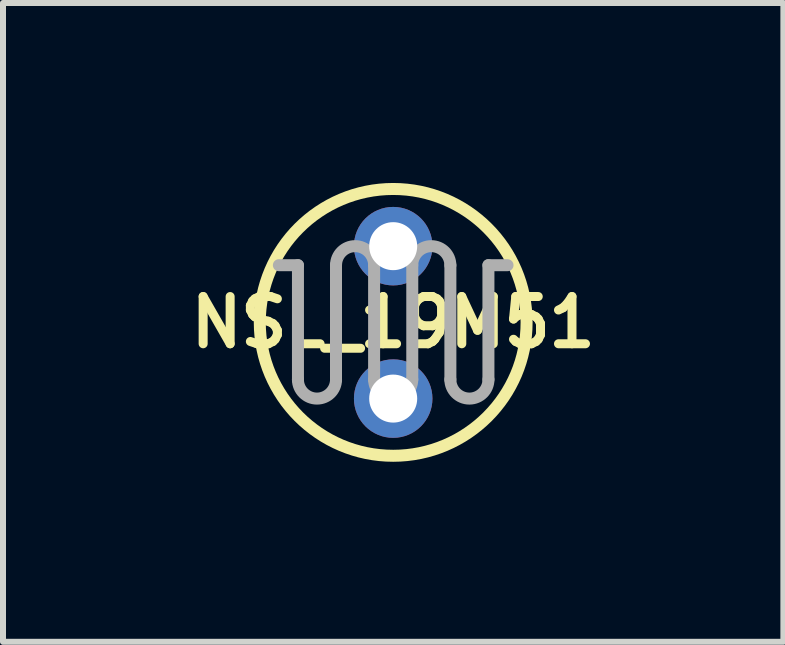
<source format=kicad_pcb>
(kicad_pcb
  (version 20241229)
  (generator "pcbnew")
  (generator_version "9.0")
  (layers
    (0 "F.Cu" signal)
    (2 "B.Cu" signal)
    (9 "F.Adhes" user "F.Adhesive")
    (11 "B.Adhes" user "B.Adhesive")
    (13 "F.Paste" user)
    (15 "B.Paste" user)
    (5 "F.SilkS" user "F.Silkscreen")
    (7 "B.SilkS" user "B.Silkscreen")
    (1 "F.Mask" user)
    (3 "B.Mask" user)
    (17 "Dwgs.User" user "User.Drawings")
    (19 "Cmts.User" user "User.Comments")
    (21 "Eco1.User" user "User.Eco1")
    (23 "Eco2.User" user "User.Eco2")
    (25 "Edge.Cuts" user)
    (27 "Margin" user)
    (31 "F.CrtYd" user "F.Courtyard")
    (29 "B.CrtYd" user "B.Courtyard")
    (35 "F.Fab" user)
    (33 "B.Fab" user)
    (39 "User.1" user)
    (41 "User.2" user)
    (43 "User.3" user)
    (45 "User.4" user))
  (footprint "NSL_19M51"
    (layer "F.Cu")
    (at 3.502 2.322)
    (property "Reference" "NSL_19M51" (at 0 0 0) (layer "F.SilkS") (effects (font (size 0.787 0.787) (thickness 0.15))))
    (attr through_hole)
    (fp_circle (center 0 0) (end 2.223 0) (stroke (width 0.2) (type solid)) (fill no) (layer "F.SilkS"))
    (fp_line (start -1.905 -0.953) (end -1.587 -0.953) (stroke (width 0.2) (type solid)) (layer "F.Fab"))
    (fp_line (start -1.587 -0.953) (end -1.587 0.953) (stroke (width 0.2) (type solid)) (layer "F.Fab"))
    (fp_line (start -0.953 -0.953) (end -0.953 0.953) (stroke (width 0.2) (type solid)) (layer "F.Fab"))
    (fp_line (start -0.318 -0.953) (end -0.318 0.953) (stroke (width 0.2) (type solid)) (layer "F.Fab"))
    (fp_line (start 0.318 -0.953) (end 0.318 0.953) (stroke (width 0.2) (type solid)) (layer "F.Fab"))
    (fp_line (start 0.953 -0.953) (end 0.953 0.953) (stroke (width 0.2) (type solid)) (layer "F.Fab"))
    (fp_line (start 1.587 -0.953) (end 1.587 0.953) (stroke (width 0.2) (type solid)) (layer "F.Fab"))
    (fp_line (start 1.587 -0.953) (end 1.905 -0.953) (stroke (width 0.2) (type solid)) (layer "F.Fab"))
    (fp_arc (start -0.9525 -0.9525) (mid -0.635 -1.27) (end -0.3175 -0.9525) (stroke (width 0.2) (type solid)) (layer "F.Fab"))
    (fp_arc (start -0.9525 0.9525) (mid -1.27 1.27) (end -1.5875 0.9525) (stroke (width 0.2) (type solid)) (layer "F.Fab"))
    (fp_arc (start 0.3175 -0.9525) (mid 0.635 -1.27) (end 0.9525 -0.9525) (stroke (width 0.2) (type solid)) (layer "F.Fab"))
    (fp_arc (start 0.3175 0.9525) (mid 0 1.27) (end -0.3175 0.9525) (stroke (width 0.2) (type solid)) (layer "F.Fab"))
    (fp_arc (start 1.5875 0.9525) (mid 1.27 1.27) (end 0.9525 0.9525) (stroke (width 0.2) (type solid)) (layer "F.Fab"))
    (pad "1" thru_hole circle (at 0 -1.27) (size 1.308 1.308) (drill 0.8) (layers "*.Cu" "*.Mask"))
    (pad "2" thru_hole circle (at 0 1.27) (size 1.308 1.308) (drill 0.8) (layers "*.Cu" "*.Mask")))
  (gr_rect
    (start -3 -3)
    (end 10.004 7.645)
    (stroke (width 0.1) (type default))
    (fill no)
    (layer "Edge.Cuts")))
</source>
